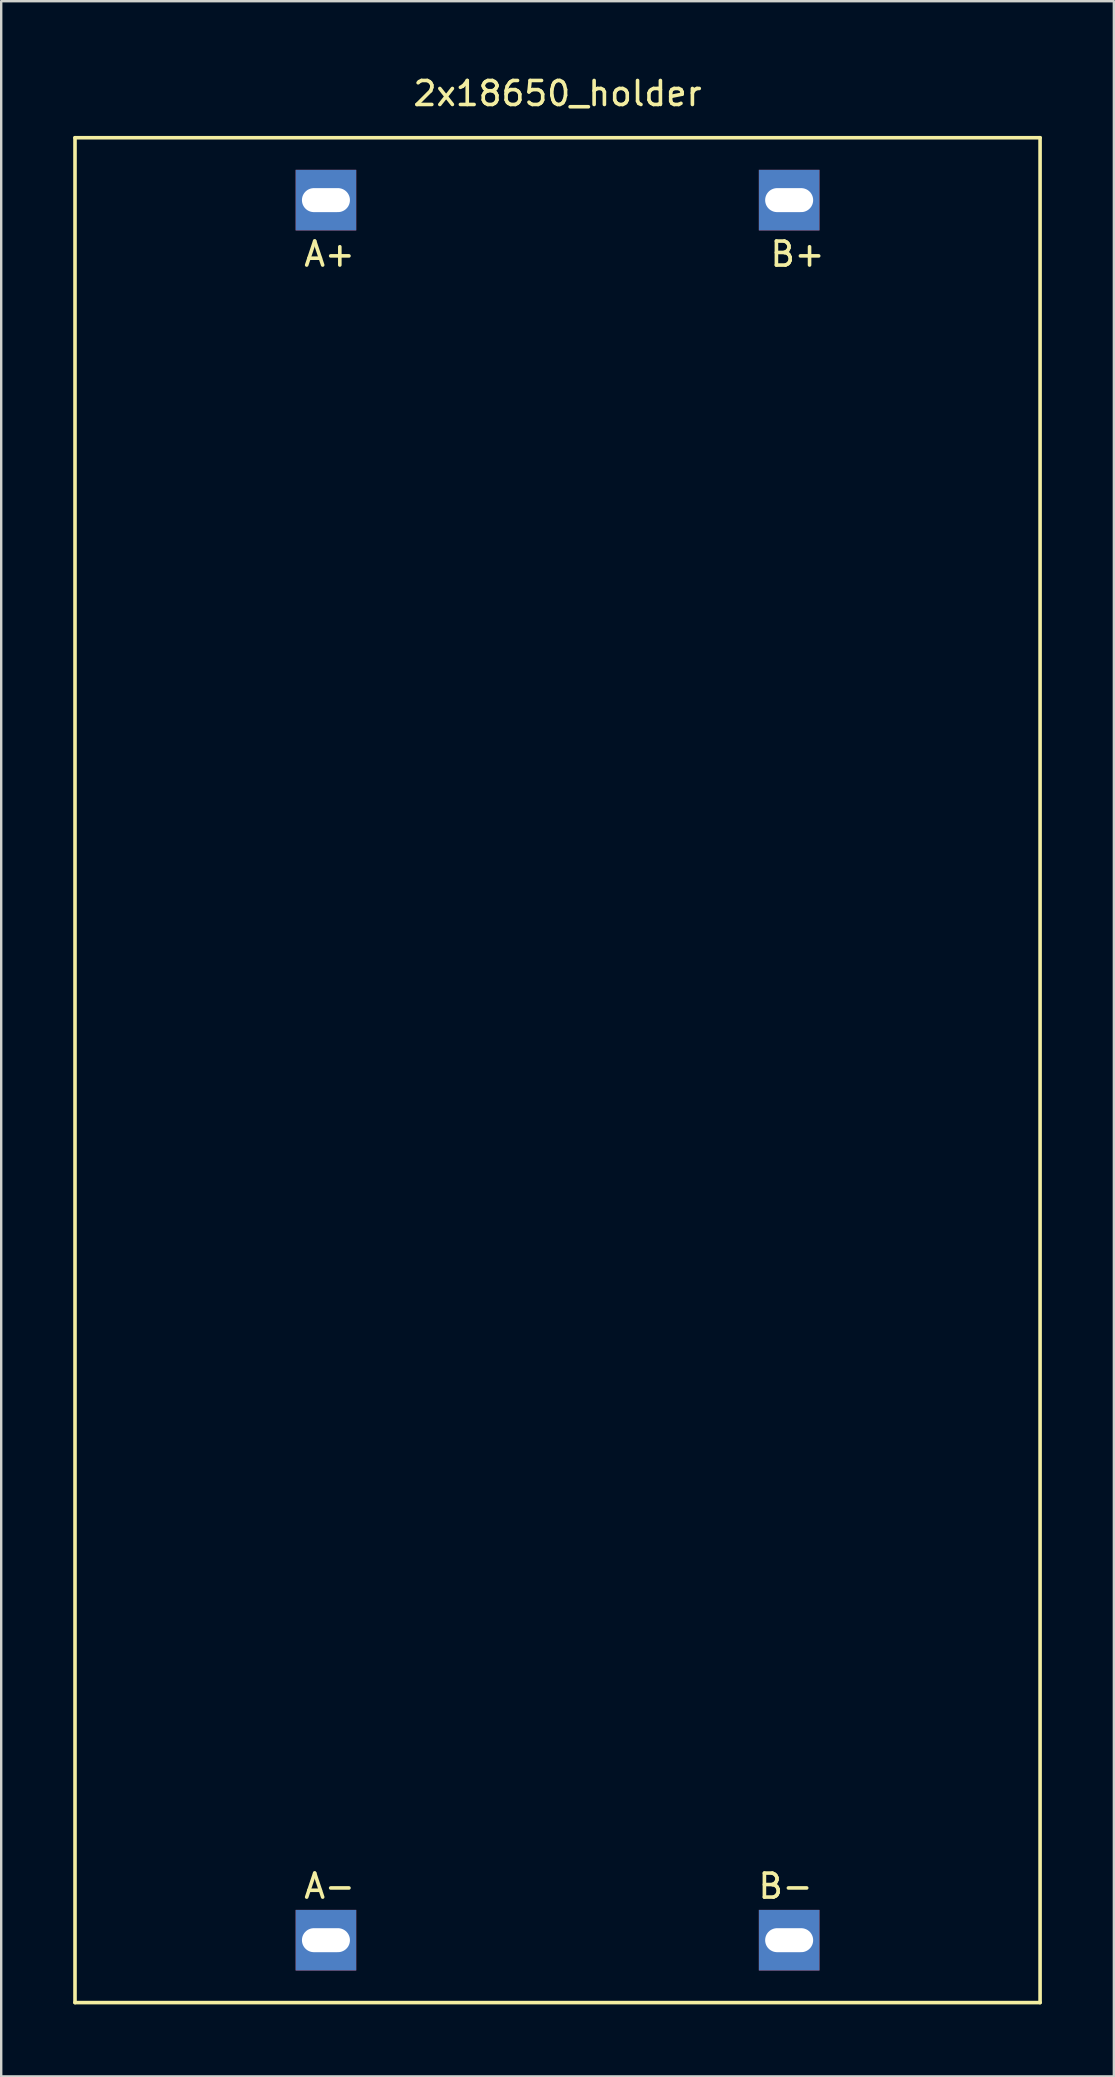
<source format=kicad_pcb>
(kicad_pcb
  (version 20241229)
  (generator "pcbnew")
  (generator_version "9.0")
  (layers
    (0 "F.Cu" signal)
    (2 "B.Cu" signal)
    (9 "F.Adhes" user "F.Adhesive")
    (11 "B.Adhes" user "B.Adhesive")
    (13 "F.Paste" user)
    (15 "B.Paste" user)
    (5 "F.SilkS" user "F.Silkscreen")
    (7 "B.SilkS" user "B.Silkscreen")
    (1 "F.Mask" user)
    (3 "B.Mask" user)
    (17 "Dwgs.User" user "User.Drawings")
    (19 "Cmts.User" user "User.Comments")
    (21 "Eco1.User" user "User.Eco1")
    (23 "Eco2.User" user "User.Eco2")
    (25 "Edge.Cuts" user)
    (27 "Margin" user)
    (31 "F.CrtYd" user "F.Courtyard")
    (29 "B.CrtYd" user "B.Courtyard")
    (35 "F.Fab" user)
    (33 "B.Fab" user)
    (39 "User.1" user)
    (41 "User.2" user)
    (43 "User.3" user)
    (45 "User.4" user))
  (footprint "2x18650_holder"
    (layer "F.Cu")
    (at 20.18 41.538)
    (property "Reference" "2x18650_holder" (at 0 -40.69 0) (layer "F.SilkS") (effects (font (size 1 1) (thickness 0.15))))
    (attr through_hole)
    (fp_line (start -20.105 -38.85) (end 20.105 -38.85) (stroke (width 0.15) (type solid)) (layer "F.SilkS"))
    (fp_line (start -20.105 38.85) (end -20.105 -38.85) (stroke (width 0.15) (type solid)) (layer "F.SilkS"))
    (fp_line (start -20.105 38.85) (end 20.105 38.85) (stroke (width 0.15) (type solid)) (layer "F.SilkS"))
    (fp_line (start 20.105 -38.85) (end 20.105 38.85) (stroke (width 0.15) (type solid)) (layer "F.SilkS"))
    (fp_text user "B+" (at 10 -34 0) (layer "F.SilkS") (effects (font (size 1 1) (thickness 0.15))))
    (fp_text user "A-" (at -9.5 34 0) (layer "F.SilkS") (effects (font (size 1 1) (thickness 0.15))))
    (fp_text user "B-" (at 9.5 34 0) (layer "F.SilkS") (effects (font (size 1 1) (thickness 0.15))))
    (fp_text user "A+" (at -9.5 -34 0) (layer "F.SilkS") (effects (font (size 1 1) (thickness 0.15))))
    (pad "1" thru_hole rect (at -9.65 -36.25) (size 2.524 2.524) (drill oval 2 1) (layers "*.Cu" "*.Mask"))
    (pad "2" thru_hole rect (at -9.65 36.25) (size 2.524 2.524) (drill oval 2 1) (layers "*.Cu" "*.Mask"))
    (pad "3" thru_hole rect (at 9.65 -36.25) (size 2.524 2.524) (drill oval 2 1) (layers "*.Cu" "*.Mask"))
    (pad "4" thru_hole rect (at 9.65 36.25) (size 2.524 2.524) (drill oval 2 1) (layers "*.Cu" "*.Mask")))
  (gr_rect
    (start -3 -3)
    (end 43.36 83.463)
    (stroke (width 0.1) (type default))
    (fill no)
    (layer "Edge.Cuts")))
</source>
